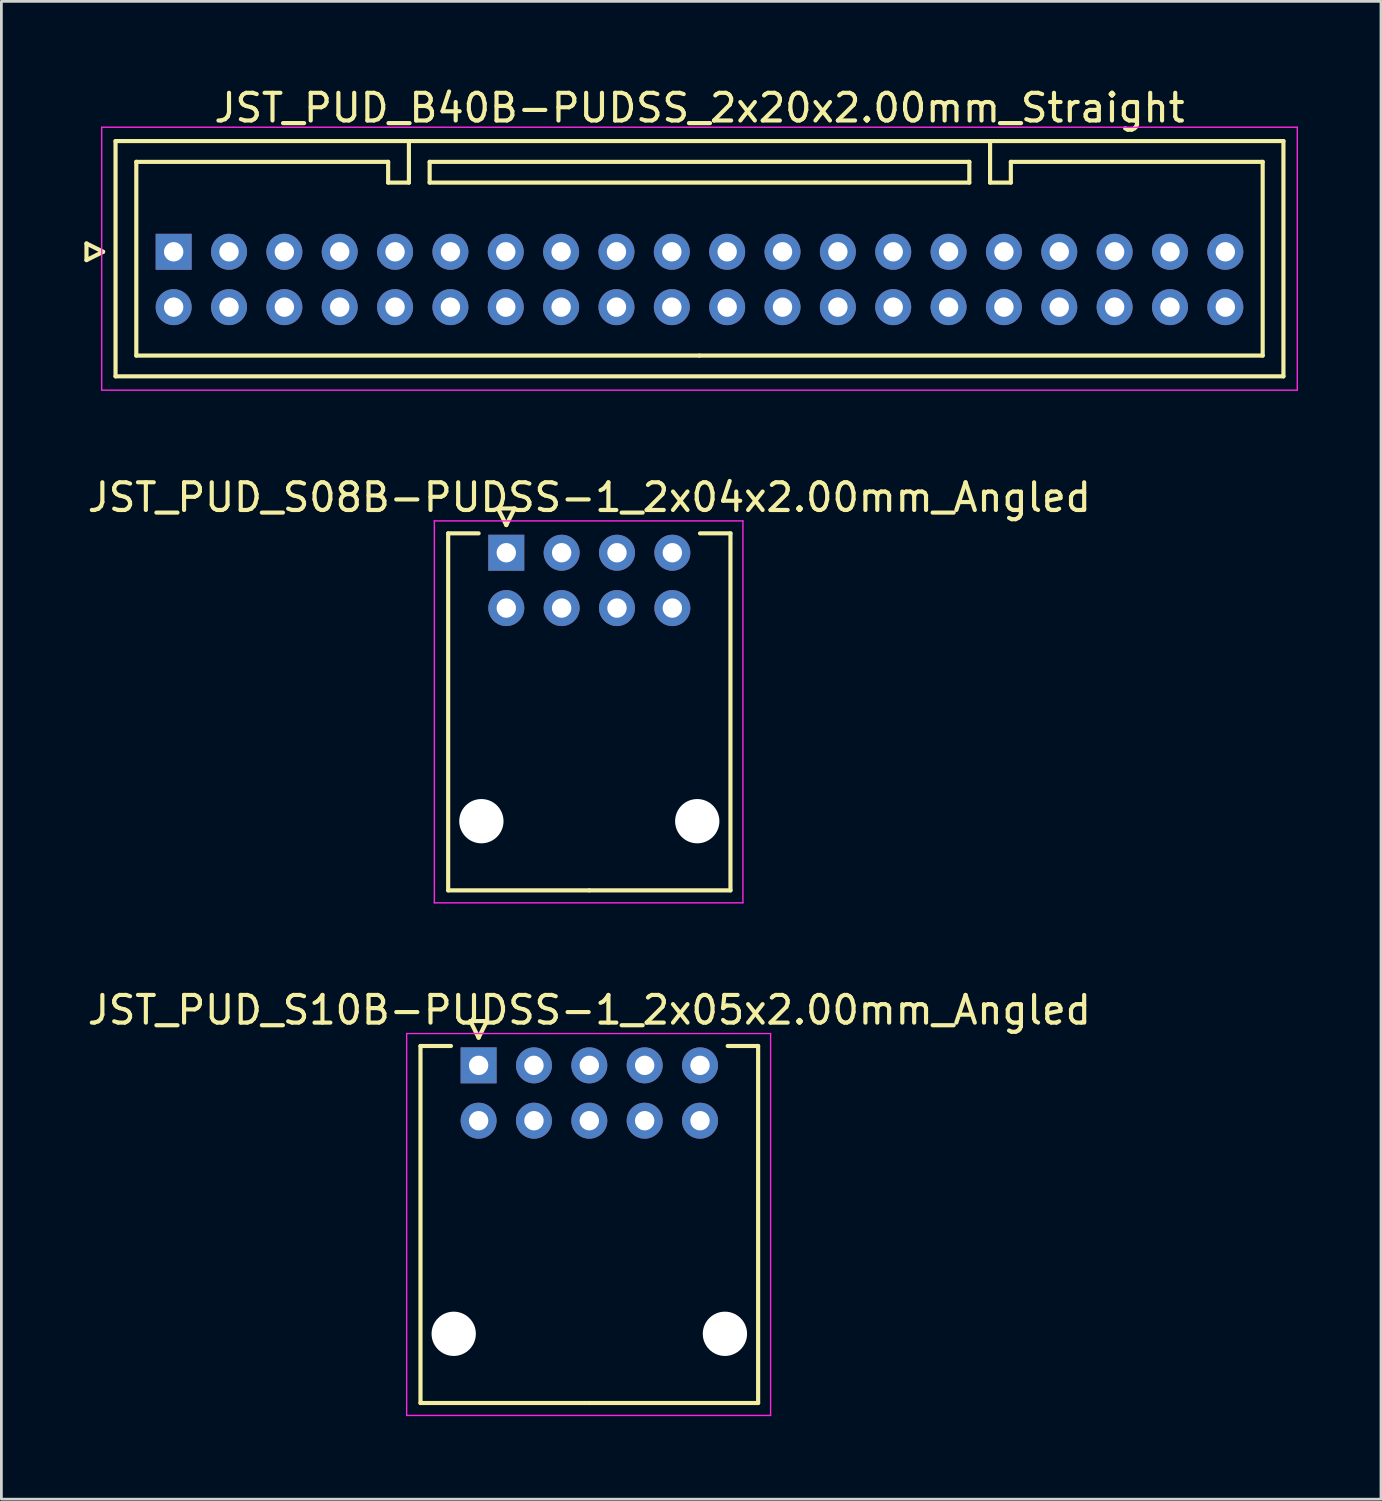
<source format=kicad_pcb>
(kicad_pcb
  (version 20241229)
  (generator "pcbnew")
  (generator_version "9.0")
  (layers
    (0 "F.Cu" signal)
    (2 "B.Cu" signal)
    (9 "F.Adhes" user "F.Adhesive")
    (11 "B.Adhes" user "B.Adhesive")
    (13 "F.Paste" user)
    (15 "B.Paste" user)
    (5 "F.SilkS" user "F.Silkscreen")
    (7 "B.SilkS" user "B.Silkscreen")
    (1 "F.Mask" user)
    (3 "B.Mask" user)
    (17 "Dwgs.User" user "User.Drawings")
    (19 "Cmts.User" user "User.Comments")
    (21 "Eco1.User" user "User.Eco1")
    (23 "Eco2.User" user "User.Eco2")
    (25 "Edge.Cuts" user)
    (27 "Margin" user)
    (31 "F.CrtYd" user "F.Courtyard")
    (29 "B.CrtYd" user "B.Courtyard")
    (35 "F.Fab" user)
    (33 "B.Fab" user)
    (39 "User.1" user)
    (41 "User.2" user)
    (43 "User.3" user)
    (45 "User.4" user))
  (footprint "JST_PUD_S08B-PUDSS-1_2x04x2.00mm_Angled"
    (layer "F.Cu")
    (at 15.244 16.922)
    (property "Reference" "JST_PUD_S08B-PUDSS-1_2x04x2.00mm_Angled" (at 3 -2 0) (layer "F.SilkS") (effects (font (size 1 1) (thickness 0.15))))
    (attr through_hole)
    (fp_line (start -2.1 -0.7) (end -2.1 12.2) (stroke (width 0.15) (type solid)) (layer "F.SilkS"))
    (fp_line (start -2.1 12.2) (end 3 12.2) (stroke (width 0.15) (type solid)) (layer "F.SilkS"))
    (fp_line (start -1 -0.7) (end -2.1 -0.7) (stroke (width 0.15) (type solid)) (layer "F.SilkS"))
    (fp_line (start -0.3 -1.6) (end 0.3 -1.6) (stroke (width 0.15) (type solid)) (layer "F.SilkS"))
    (fp_line (start 0 -1) (end -0.3 -1.6) (stroke (width 0.15) (type solid)) (layer "F.SilkS"))
    (fp_line (start 0.3 -1.6) (end 0 -1) (stroke (width 0.15) (type solid)) (layer "F.SilkS"))
    (fp_line (start 7 -0.7) (end 8.1 -0.7) (stroke (width 0.15) (type solid)) (layer "F.SilkS"))
    (fp_line (start 8.1 -0.7) (end 8.1 12.2) (stroke (width 0.15) (type solid)) (layer "F.SilkS"))
    (fp_line (start 8.1 12.2) (end 3 12.2) (stroke (width 0.15) (type solid)) (layer "F.SilkS"))
    (fp_line (start -2.6 -1.15) (end -2.6 12.65) (stroke (width 0.05) (type solid)) (layer "F.CrtYd"))
    (fp_line (start -2.6 12.65) (end 8.55 12.65) (stroke (width 0.05) (type solid)) (layer "F.CrtYd"))
    (fp_line (start 8.55 -1.15) (end -2.6 -1.15) (stroke (width 0.05) (type solid)) (layer "F.CrtYd"))
    (fp_line (start 8.55 12.65) (end 8.55 -1.15) (stroke (width 0.05) (type solid)) (layer "F.CrtYd"))
    (pad "" np_thru_hole circle (at -0.9 9.7) (size 1.6 1.6) (drill 1.6) (layers "*.Cu"))
    (pad "" np_thru_hole circle (at 6.9 9.7) (size 1.6 1.6) (drill 1.6) (layers "*.Cu"))
    (pad "1" thru_hole rect (at 0 0) (size 1.3 1.3) (drill 0.7) (layers "*.Cu" "*.Mask"))
    (pad "2" thru_hole circle (at 0 2) (size 1.3 1.3) (drill 0.7) (layers "*.Cu" "*.Mask"))
    (pad "3" thru_hole circle (at 2 0) (size 1.3 1.3) (drill 0.7) (layers "*.Cu" "*.Mask"))
    (pad "4" thru_hole circle (at 2 2) (size 1.3 1.3) (drill 0.7) (layers "*.Cu" "*.Mask"))
    (pad "5" thru_hole circle (at 4 0) (size 1.3 1.3) (drill 0.7) (layers "*.Cu" "*.Mask"))
    (pad "6" thru_hole circle (at 4 2) (size 1.3 1.3) (drill 0.7) (layers "*.Cu" "*.Mask"))
    (pad "7" thru_hole circle (at 6 0) (size 1.3 1.3) (drill 0.7) (layers "*.Cu" "*.Mask"))
    (pad "8" thru_hole circle (at 6 2) (size 1.3 1.3) (drill 0.7) (layers "*.Cu" "*.Mask")))
  (footprint "JST_PUD_B40B-PUDSS_2x20x2.00mm_Straight"
    (layer "F.Cu")
    (at 3.225 6.048)
    (property "Reference" "JST_PUD_B40B-PUDSS_2x20x2.00mm_Straight" (at 19 -5.2 0) (layer "F.SilkS") (effects (font (size 1 1) (thickness 0.15))))
    (attr through_hole)
    (fp_line (start -3.15 -0.3) (end -2.55 0) (stroke (width 0.15) (type solid)) (layer "F.SilkS"))
    (fp_line (start -3.15 0.3) (end -3.15 -0.3) (stroke (width 0.15) (type solid)) (layer "F.SilkS"))
    (fp_line (start -2.55 0) (end -3.15 0.3) (stroke (width 0.15) (type solid)) (layer "F.SilkS"))
    (fp_line (start -2.1 -4) (end -2.1 4.5) (stroke (width 0.15) (type solid)) (layer "F.SilkS"))
    (fp_line (start -2.1 4.5) (end 40.1 4.5) (stroke (width 0.15) (type solid)) (layer "F.SilkS"))
    (fp_line (start -1.35 -3.25) (end -1.35 3.75) (stroke (width 0.15) (type solid)) (layer "F.SilkS"))
    (fp_line (start -1.35 3.75) (end 19 3.75) (stroke (width 0.15) (type solid)) (layer "F.SilkS"))
    (fp_line (start 7.75 -3.25) (end -1.35 -3.25) (stroke (width 0.15) (type solid)) (layer "F.SilkS"))
    (fp_line (start 7.75 -2.5) (end 7.75 -3.25) (stroke (width 0.15) (type solid)) (layer "F.SilkS"))
    (fp_line (start 8.5 -4) (end 8.5 -2.5) (stroke (width 0.15) (type solid)) (layer "F.SilkS"))
    (fp_line (start 8.5 -2.5) (end 7.75 -2.5) (stroke (width 0.15) (type solid)) (layer "F.SilkS"))
    (fp_line (start 9.25 -3.25) (end 9.25 -2.5) (stroke (width 0.15) (type solid)) (layer "F.SilkS"))
    (fp_line (start 9.25 -2.5) (end 28.75 -2.5) (stroke (width 0.15) (type solid)) (layer "F.SilkS"))
    (fp_line (start 28.75 -3.25) (end 9.25 -3.25) (stroke (width 0.15) (type solid)) (layer "F.SilkS"))
    (fp_line (start 28.75 -2.5) (end 28.75 -3.25) (stroke (width 0.15) (type solid)) (layer "F.SilkS"))
    (fp_line (start 29.5 -4) (end 29.5 -2.5) (stroke (width 0.15) (type solid)) (layer "F.SilkS"))
    (fp_line (start 29.5 -2.5) (end 30.25 -2.5) (stroke (width 0.15) (type solid)) (layer "F.SilkS"))
    (fp_line (start 30.25 -3.25) (end 39.35 -3.25) (stroke (width 0.15) (type solid)) (layer "F.SilkS"))
    (fp_line (start 30.25 -2.5) (end 30.25 -3.25) (stroke (width 0.15) (type solid)) (layer "F.SilkS"))
    (fp_line (start 39.35 -3.25) (end 39.35 3.75) (stroke (width 0.15) (type solid)) (layer "F.SilkS"))
    (fp_line (start 39.35 3.75) (end 19 3.75) (stroke (width 0.15) (type solid)) (layer "F.SilkS"))
    (fp_line (start 40.1 -4) (end -2.1 -4) (stroke (width 0.15) (type solid)) (layer "F.SilkS"))
    (fp_line (start 40.1 4.5) (end 40.1 -4) (stroke (width 0.15) (type solid)) (layer "F.SilkS"))
    (fp_line (start -2.6 -4.5) (end -2.6 5) (stroke (width 0.05) (type solid)) (layer "F.CrtYd"))
    (fp_line (start -2.6 5) (end 40.6 5) (stroke (width 0.05) (type solid)) (layer "F.CrtYd"))
    (fp_line (start 40.6 -4.5) (end -2.6 -4.5) (stroke (width 0.05) (type solid)) (layer "F.CrtYd"))
    (fp_line (start 40.6 5) (end 40.6 -4.5) (stroke (width 0.05) (type solid)) (layer "F.CrtYd"))
    (pad "1" thru_hole rect (at 0 0) (size 1.3 1.3) (drill 0.7) (layers "*.Cu" "*.Mask"))
    (pad "2" thru_hole circle (at 0 2) (size 1.3 1.3) (drill 0.7) (layers "*.Cu" "*.Mask"))
    (pad "3" thru_hole circle (at 2 0) (size 1.3 1.3) (drill 0.7) (layers "*.Cu" "*.Mask"))
    (pad "4" thru_hole circle (at 2 2) (size 1.3 1.3) (drill 0.7) (layers "*.Cu" "*.Mask"))
    (pad "5" thru_hole circle (at 4 0) (size 1.3 1.3) (drill 0.7) (layers "*.Cu" "*.Mask"))
    (pad "6" thru_hole circle (at 4 2) (size 1.3 1.3) (drill 0.7) (layers "*.Cu" "*.Mask"))
    (pad "7" thru_hole circle (at 6 0) (size 1.3 1.3) (drill 0.7) (layers "*.Cu" "*.Mask"))
    (pad "8" thru_hole circle (at 6 2) (size 1.3 1.3) (drill 0.7) (layers "*.Cu" "*.Mask"))
    (pad "9" thru_hole circle (at 8 0) (size 1.3 1.3) (drill 0.7) (layers "*.Cu" "*.Mask"))
    (pad "10" thru_hole circle (at 8 2) (size 1.3 1.3) (drill 0.7) (layers "*.Cu" "*.Mask"))
    (pad "11" thru_hole circle (at 10 0) (size 1.3 1.3) (drill 0.7) (layers "*.Cu" "*.Mask"))
    (pad "12" thru_hole circle (at 10 2) (size 1.3 1.3) (drill 0.7) (layers "*.Cu" "*.Mask"))
    (pad "13" thru_hole circle (at 12 0) (size 1.3 1.3) (drill 0.7) (layers "*.Cu" "*.Mask"))
    (pad "14" thru_hole circle (at 12 2) (size 1.3 1.3) (drill 0.7) (layers "*.Cu" "*.Mask"))
    (pad "15" thru_hole circle (at 14 0) (size 1.3 1.3) (drill 0.7) (layers "*.Cu" "*.Mask"))
    (pad "16" thru_hole circle (at 14 2) (size 1.3 1.3) (drill 0.7) (layers "*.Cu" "*.Mask"))
    (pad "17" thru_hole circle (at 16 0) (size 1.3 1.3) (drill 0.7) (layers "*.Cu" "*.Mask"))
    (pad "18" thru_hole circle (at 16 2) (size 1.3 1.3) (drill 0.7) (layers "*.Cu" "*.Mask"))
    (pad "19" thru_hole circle (at 18 0) (size 1.3 1.3) (drill 0.7) (layers "*.Cu" "*.Mask"))
    (pad "20" thru_hole circle (at 18 2) (size 1.3 1.3) (drill 0.7) (layers "*.Cu" "*.Mask"))
    (pad "21" thru_hole circle (at 20 0) (size 1.3 1.3) (drill 0.7) (layers "*.Cu" "*.Mask"))
    (pad "22" thru_hole circle (at 20 2) (size 1.3 1.3) (drill 0.7) (layers "*.Cu" "*.Mask"))
    (pad "23" thru_hole circle (at 22 0) (size 1.3 1.3) (drill 0.7) (layers "*.Cu" "*.Mask"))
    (pad "24" thru_hole circle (at 22 2) (size 1.3 1.3) (drill 0.7) (layers "*.Cu" "*.Mask"))
    (pad "25" thru_hole circle (at 24 0) (size 1.3 1.3) (drill 0.7) (layers "*.Cu" "*.Mask"))
    (pad "26" thru_hole circle (at 24 2) (size 1.3 1.3) (drill 0.7) (layers "*.Cu" "*.Mask"))
    (pad "27" thru_hole circle (at 26 0) (size 1.3 1.3) (drill 0.7) (layers "*.Cu" "*.Mask"))
    (pad "28" thru_hole circle (at 26 2) (size 1.3 1.3) (drill 0.7) (layers "*.Cu" "*.Mask"))
    (pad "29" thru_hole circle (at 28 0) (size 1.3 1.3) (drill 0.7) (layers "*.Cu" "*.Mask"))
    (pad "30" thru_hole circle (at 28 2) (size 1.3 1.3) (drill 0.7) (layers "*.Cu" "*.Mask"))
    (pad "31" thru_hole circle (at 30 0) (size 1.3 1.3) (drill 0.7) (layers "*.Cu" "*.Mask"))
    (pad "32" thru_hole circle (at 30 2) (size 1.3 1.3) (drill 0.7) (layers "*.Cu" "*.Mask"))
    (pad "33" thru_hole circle (at 32 0) (size 1.3 1.3) (drill 0.7) (layers "*.Cu" "*.Mask"))
    (pad "34" thru_hole circle (at 32 2) (size 1.3 1.3) (drill 0.7) (layers "*.Cu" "*.Mask"))
    (pad "35" thru_hole circle (at 34 0) (size 1.3 1.3) (drill 0.7) (layers "*.Cu" "*.Mask"))
    (pad "36" thru_hole circle (at 34 2) (size 1.3 1.3) (drill 0.7) (layers "*.Cu" "*.Mask"))
    (pad "37" thru_hole circle (at 36 0) (size 1.3 1.3) (drill 0.7) (layers "*.Cu" "*.Mask"))
    (pad "38" thru_hole circle (at 36 2) (size 1.3 1.3) (drill 0.7) (layers "*.Cu" "*.Mask"))
    (pad "39" thru_hole circle (at 38 0) (size 1.3 1.3) (drill 0.7) (layers "*.Cu" "*.Mask"))
    (pad "40" thru_hole circle (at 38 2) (size 1.3 1.3) (drill 0.7) (layers "*.Cu" "*.Mask")))
  (footprint "JST_PUD_S10B-PUDSS-1_2x05x2.00mm_Angled"
    (layer "F.Cu")
    (at 14.244 35.445)
    (property "Reference" "JST_PUD_S10B-PUDSS-1_2x05x2.00mm_Angled" (at 4 -2 0) (layer "F.SilkS") (effects (font (size 1 1) (thickness 0.15))))
    (attr through_hole)
    (fp_line (start -2.1 -0.7) (end -2.1 12.2) (stroke (width 0.15) (type solid)) (layer "F.SilkS"))
    (fp_line (start -2.1 12.2) (end 4 12.2) (stroke (width 0.15) (type solid)) (layer "F.SilkS"))
    (fp_line (start -1 -0.7) (end -2.1 -0.7) (stroke (width 0.15) (type solid)) (layer "F.SilkS"))
    (fp_line (start -0.3 -1.6) (end 0.3 -1.6) (stroke (width 0.15) (type solid)) (layer "F.SilkS"))
    (fp_line (start 0 -1) (end -0.3 -1.6) (stroke (width 0.15) (type solid)) (layer "F.SilkS"))
    (fp_line (start 0.3 -1.6) (end 0 -1) (stroke (width 0.15) (type solid)) (layer "F.SilkS"))
    (fp_line (start 9 -0.7) (end 10.1 -0.7) (stroke (width 0.15) (type solid)) (layer "F.SilkS"))
    (fp_line (start 10.1 -0.7) (end 10.1 12.2) (stroke (width 0.15) (type solid)) (layer "F.SilkS"))
    (fp_line (start 10.1 12.2) (end 4 12.2) (stroke (width 0.15) (type solid)) (layer "F.SilkS"))
    (fp_line (start -2.6 -1.15) (end -2.6 12.65) (stroke (width 0.05) (type solid)) (layer "F.CrtYd"))
    (fp_line (start -2.6 12.65) (end 10.55 12.65) (stroke (width 0.05) (type solid)) (layer "F.CrtYd"))
    (fp_line (start 10.55 -1.15) (end -2.6 -1.15) (stroke (width 0.05) (type solid)) (layer "F.CrtYd"))
    (fp_line (start 10.55 12.65) (end 10.55 -1.15) (stroke (width 0.05) (type solid)) (layer "F.CrtYd"))
    (pad "" np_thru_hole circle (at -0.9 9.7) (size 1.6 1.6) (drill 1.6) (layers "*.Cu"))
    (pad "" np_thru_hole circle (at 8.9 9.7) (size 1.6 1.6) (drill 1.6) (layers "*.Cu"))
    (pad "1" thru_hole rect (at 0 0) (size 1.3 1.3) (drill 0.7) (layers "*.Cu" "*.Mask"))
    (pad "2" thru_hole circle (at 0 2) (size 1.3 1.3) (drill 0.7) (layers "*.Cu" "*.Mask"))
    (pad "3" thru_hole circle (at 2 0) (size 1.3 1.3) (drill 0.7) (layers "*.Cu" "*.Mask"))
    (pad "4" thru_hole circle (at 2 2) (size 1.3 1.3) (drill 0.7) (layers "*.Cu" "*.Mask"))
    (pad "5" thru_hole circle (at 4 0) (size 1.3 1.3) (drill 0.7) (layers "*.Cu" "*.Mask"))
    (pad "6" thru_hole circle (at 4 2) (size 1.3 1.3) (drill 0.7) (layers "*.Cu" "*.Mask"))
    (pad "7" thru_hole circle (at 6 0) (size 1.3 1.3) (drill 0.7) (layers "*.Cu" "*.Mask"))
    (pad "8" thru_hole circle (at 6 2) (size 1.3 1.3) (drill 0.7) (layers "*.Cu" "*.Mask"))
    (pad "9" thru_hole circle (at 8 0) (size 1.3 1.3) (drill 0.7) (layers "*.Cu" "*.Mask"))
    (pad "10" thru_hole circle (at 8 2) (size 1.3 1.3) (drill 0.7) (layers "*.Cu" "*.Mask")))
  (gr_rect
    (start -3 -3)
    (end 46.85 51.12)
    (stroke (width 0.1) (type default))
    (fill no)
    (layer "Edge.Cuts")))
</source>
